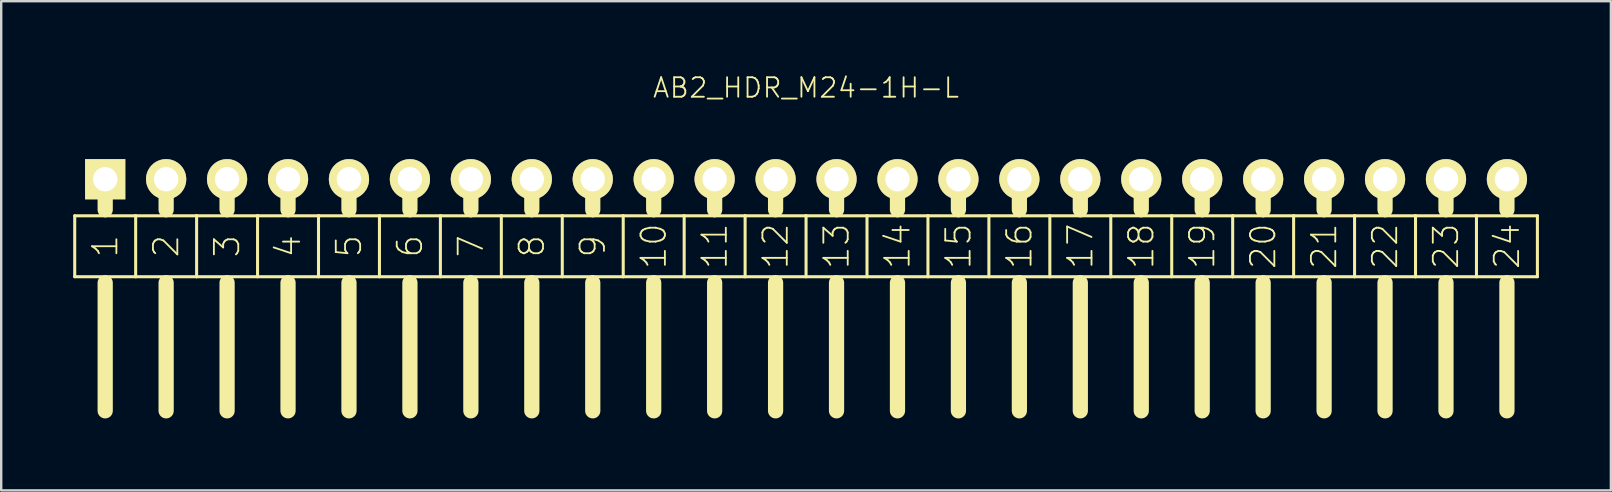
<source format=kicad_pcb>
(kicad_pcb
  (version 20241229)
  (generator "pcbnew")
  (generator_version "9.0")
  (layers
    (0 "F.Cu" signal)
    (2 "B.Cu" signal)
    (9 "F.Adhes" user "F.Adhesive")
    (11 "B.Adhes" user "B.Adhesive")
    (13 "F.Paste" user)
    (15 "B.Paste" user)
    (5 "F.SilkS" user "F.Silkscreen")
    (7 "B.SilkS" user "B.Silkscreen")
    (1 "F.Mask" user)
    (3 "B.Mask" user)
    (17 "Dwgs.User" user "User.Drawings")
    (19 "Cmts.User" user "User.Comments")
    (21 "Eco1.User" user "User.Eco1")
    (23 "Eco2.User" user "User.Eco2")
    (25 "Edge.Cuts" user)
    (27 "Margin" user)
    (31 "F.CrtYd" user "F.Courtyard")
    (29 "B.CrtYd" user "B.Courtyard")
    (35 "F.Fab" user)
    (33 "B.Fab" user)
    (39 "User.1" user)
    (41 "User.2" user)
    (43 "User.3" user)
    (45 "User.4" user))
  (footprint "AB2_HDR_M24-1H-L"
    (layer "F.Cu")
    (at 30.544 4.419)
    (property "Reference" "AB2_HDR_M24-1H-L" (at 0 -3.81 0) (layer "F.SilkS") (effects (font (size 0.813 0.813) (thickness 0.076))))
    (attr through_hole)
    (fp_line (start -30.48 1.524) (end -30.48 4.064) (stroke (width 0.127) (type solid)) (layer "F.SilkS"))
    (fp_line (start -30.48 4.064) (end -29.21 4.064) (stroke (width 0.127) (type solid)) (layer "F.SilkS"))
    (fp_line (start -29.21 0) (end -29.21 1.27) (stroke (width 0.635) (type solid)) (layer "F.SilkS"))
    (fp_line (start -29.21 1.524) (end -30.48 1.524) (stroke (width 0.127) (type solid)) (layer "F.SilkS"))
    (fp_line (start -29.21 4.064) (end -27.94 4.064) (stroke (width 0.127) (type solid)) (layer "F.SilkS"))
    (fp_line (start -29.21 4.318) (end -29.21 9.652) (stroke (width 0.635) (type solid)) (layer "F.SilkS"))
    (fp_line (start -27.94 1.524) (end -29.21 1.524) (stroke (width 0.127) (type solid)) (layer "F.SilkS"))
    (fp_line (start -27.94 4.064) (end -27.94 1.524) (stroke (width 0.127) (type solid)) (layer "F.SilkS"))
    (fp_line (start -27.94 4.064) (end -26.67 4.064) (stroke (width 0.127) (type solid)) (layer "F.SilkS"))
    (fp_line (start -26.67 0) (end -26.67 1.27) (stroke (width 0.635) (type solid)) (layer "F.SilkS"))
    (fp_line (start -26.67 1.524) (end -27.94 1.524) (stroke (width 0.127) (type solid)) (layer "F.SilkS"))
    (fp_line (start -26.67 4.064) (end -25.4 4.064) (stroke (width 0.127) (type solid)) (layer "F.SilkS"))
    (fp_line (start -26.67 4.318) (end -26.67 9.652) (stroke (width 0.635) (type solid)) (layer "F.SilkS"))
    (fp_line (start -25.4 1.524) (end -26.67 1.524) (stroke (width 0.127) (type solid)) (layer "F.SilkS"))
    (fp_line (start -25.4 4.064) (end -25.4 1.524) (stroke (width 0.127) (type solid)) (layer "F.SilkS"))
    (fp_line (start -25.4 4.064) (end -24.13 4.064) (stroke (width 0.127) (type solid)) (layer "F.SilkS"))
    (fp_line (start -24.13 0) (end -24.13 1.27) (stroke (width 0.635) (type solid)) (layer "F.SilkS"))
    (fp_line (start -24.13 1.524) (end -25.4 1.524) (stroke (width 0.127) (type solid)) (layer "F.SilkS"))
    (fp_line (start -24.13 4.064) (end -22.86 4.064) (stroke (width 0.127) (type solid)) (layer "F.SilkS"))
    (fp_line (start -24.13 4.318) (end -24.13 9.652) (stroke (width 0.635) (type solid)) (layer "F.SilkS"))
    (fp_line (start -22.86 1.524) (end -24.13 1.524) (stroke (width 0.127) (type solid)) (layer "F.SilkS"))
    (fp_line (start -22.86 4.064) (end -22.86 1.524) (stroke (width 0.127) (type solid)) (layer "F.SilkS"))
    (fp_line (start -22.86 4.064) (end -21.59 4.064) (stroke (width 0.127) (type solid)) (layer "F.SilkS"))
    (fp_line (start -21.59 0) (end -21.59 1.27) (stroke (width 0.635) (type solid)) (layer "F.SilkS"))
    (fp_line (start -21.59 1.524) (end -22.86 1.524) (stroke (width 0.127) (type solid)) (layer "F.SilkS"))
    (fp_line (start -21.59 4.064) (end -20.32 4.064) (stroke (width 0.127) (type solid)) (layer "F.SilkS"))
    (fp_line (start -21.59 4.318) (end -21.59 9.652) (stroke (width 0.635) (type solid)) (layer "F.SilkS"))
    (fp_line (start -20.32 1.524) (end -21.59 1.524) (stroke (width 0.127) (type solid)) (layer "F.SilkS"))
    (fp_line (start -20.32 4.064) (end -20.32 1.524) (stroke (width 0.127) (type solid)) (layer "F.SilkS"))
    (fp_line (start -20.32 4.064) (end -19.05 4.064) (stroke (width 0.127) (type solid)) (layer "F.SilkS"))
    (fp_line (start -19.05 0) (end -19.05 1.27) (stroke (width 0.635) (type solid)) (layer "F.SilkS"))
    (fp_line (start -19.05 1.524) (end -20.32 1.524) (stroke (width 0.127) (type solid)) (layer "F.SilkS"))
    (fp_line (start -19.05 4.064) (end -17.78 4.064) (stroke (width 0.127) (type solid)) (layer "F.SilkS"))
    (fp_line (start -19.05 4.318) (end -19.05 9.652) (stroke (width 0.635) (type solid)) (layer "F.SilkS"))
    (fp_line (start -17.78 1.524) (end -19.05 1.524) (stroke (width 0.127) (type solid)) (layer "F.SilkS"))
    (fp_line (start -17.78 4.064) (end -17.78 1.524) (stroke (width 0.127) (type solid)) (layer "F.SilkS"))
    (fp_line (start -17.78 4.064) (end -16.51 4.064) (stroke (width 0.127) (type solid)) (layer "F.SilkS"))
    (fp_line (start -16.51 0) (end -16.51 1.27) (stroke (width 0.635) (type solid)) (layer "F.SilkS"))
    (fp_line (start -16.51 1.524) (end -17.78 1.524) (stroke (width 0.127) (type solid)) (layer "F.SilkS"))
    (fp_line (start -16.51 4.064) (end -15.24 4.064) (stroke (width 0.127) (type solid)) (layer "F.SilkS"))
    (fp_line (start -16.51 4.318) (end -16.51 9.652) (stroke (width 0.635) (type solid)) (layer "F.SilkS"))
    (fp_line (start -15.24 1.524) (end -16.51 1.524) (stroke (width 0.127) (type solid)) (layer "F.SilkS"))
    (fp_line (start -15.24 4.064) (end -15.24 1.524) (stroke (width 0.127) (type solid)) (layer "F.SilkS"))
    (fp_line (start -15.24 4.064) (end -13.97 4.064) (stroke (width 0.127) (type solid)) (layer "F.SilkS"))
    (fp_line (start -13.97 0) (end -13.97 1.27) (stroke (width 0.635) (type solid)) (layer "F.SilkS"))
    (fp_line (start -13.97 1.524) (end -15.24 1.524) (stroke (width 0.127) (type solid)) (layer "F.SilkS"))
    (fp_line (start -13.97 4.064) (end -12.7 4.064) (stroke (width 0.127) (type solid)) (layer "F.SilkS"))
    (fp_line (start -13.97 4.318) (end -13.97 9.652) (stroke (width 0.635) (type solid)) (layer "F.SilkS"))
    (fp_line (start -12.7 1.524) (end -13.97 1.524) (stroke (width 0.127) (type solid)) (layer "F.SilkS"))
    (fp_line (start -12.7 4.064) (end -12.7 1.524) (stroke (width 0.127) (type solid)) (layer "F.SilkS"))
    (fp_line (start -12.7 4.064) (end -11.43 4.064) (stroke (width 0.127) (type solid)) (layer "F.SilkS"))
    (fp_line (start -11.43 0) (end -11.43 1.27) (stroke (width 0.635) (type solid)) (layer "F.SilkS"))
    (fp_line (start -11.43 1.524) (end -12.7 1.524) (stroke (width 0.127) (type solid)) (layer "F.SilkS"))
    (fp_line (start -11.43 4.064) (end -10.16 4.064) (stroke (width 0.127) (type solid)) (layer "F.SilkS"))
    (fp_line (start -11.43 4.318) (end -11.43 9.652) (stroke (width 0.635) (type solid)) (layer "F.SilkS"))
    (fp_line (start -10.16 1.524) (end -11.43 1.524) (stroke (width 0.127) (type solid)) (layer "F.SilkS"))
    (fp_line (start -10.16 4.064) (end -10.16 1.524) (stroke (width 0.127) (type solid)) (layer "F.SilkS"))
    (fp_line (start -10.16 4.064) (end -8.89 4.064) (stroke (width 0.127) (type solid)) (layer "F.SilkS"))
    (fp_line (start -8.89 0) (end -8.89 1.27) (stroke (width 0.635) (type solid)) (layer "F.SilkS"))
    (fp_line (start -8.89 1.524) (end -10.16 1.524) (stroke (width 0.127) (type solid)) (layer "F.SilkS"))
    (fp_line (start -8.89 4.064) (end -7.62 4.064) (stroke (width 0.127) (type solid)) (layer "F.SilkS"))
    (fp_line (start -8.89 4.318) (end -8.89 9.652) (stroke (width 0.635) (type solid)) (layer "F.SilkS"))
    (fp_line (start -7.62 1.524) (end -8.89 1.524) (stroke (width 0.127) (type solid)) (layer "F.SilkS"))
    (fp_line (start -7.62 4.064) (end -7.62 1.524) (stroke (width 0.127) (type solid)) (layer "F.SilkS"))
    (fp_line (start -7.62 4.064) (end -6.35 4.064) (stroke (width 0.127) (type solid)) (layer "F.SilkS"))
    (fp_line (start -6.35 0) (end -6.35 1.27) (stroke (width 0.635) (type solid)) (layer "F.SilkS"))
    (fp_line (start -6.35 1.524) (end -7.62 1.524) (stroke (width 0.127) (type solid)) (layer "F.SilkS"))
    (fp_line (start -6.35 4.064) (end -5.08 4.064) (stroke (width 0.127) (type solid)) (layer "F.SilkS"))
    (fp_line (start -6.35 4.318) (end -6.35 9.652) (stroke (width 0.635) (type solid)) (layer "F.SilkS"))
    (fp_line (start -5.08 1.524) (end -6.35 1.524) (stroke (width 0.127) (type solid)) (layer "F.SilkS"))
    (fp_line (start -5.08 4.064) (end -5.08 1.524) (stroke (width 0.127) (type solid)) (layer "F.SilkS"))
    (fp_line (start -5.08 4.064) (end -3.81 4.064) (stroke (width 0.127) (type solid)) (layer "F.SilkS"))
    (fp_line (start -3.81 0) (end -3.81 1.27) (stroke (width 0.635) (type solid)) (layer "F.SilkS"))
    (fp_line (start -3.81 1.524) (end -5.08 1.524) (stroke (width 0.127) (type solid)) (layer "F.SilkS"))
    (fp_line (start -3.81 4.064) (end -2.54 4.064) (stroke (width 0.127) (type solid)) (layer "F.SilkS"))
    (fp_line (start -3.81 4.318) (end -3.81 9.652) (stroke (width 0.635) (type solid)) (layer "F.SilkS"))
    (fp_line (start -2.54 1.524) (end -3.81 1.524) (stroke (width 0.127) (type solid)) (layer "F.SilkS"))
    (fp_line (start -2.54 4.064) (end -2.54 1.524) (stroke (width 0.127) (type solid)) (layer "F.SilkS"))
    (fp_line (start -2.54 4.064) (end -1.27 4.064) (stroke (width 0.127) (type solid)) (layer "F.SilkS"))
    (fp_line (start -1.27 0) (end -1.27 1.27) (stroke (width 0.635) (type solid)) (layer "F.SilkS"))
    (fp_line (start -1.27 1.524) (end -2.54 1.524) (stroke (width 0.127) (type solid)) (layer "F.SilkS"))
    (fp_line (start -1.27 4.064) (end 0 4.064) (stroke (width 0.127) (type solid)) (layer "F.SilkS"))
    (fp_line (start -1.27 4.318) (end -1.27 9.652) (stroke (width 0.635) (type solid)) (layer "F.SilkS"))
    (fp_line (start 0 1.524) (end -1.27 1.524) (stroke (width 0.127) (type solid)) (layer "F.SilkS"))
    (fp_line (start 0 4.064) (end 0 1.524) (stroke (width 0.127) (type solid)) (layer "F.SilkS"))
    (fp_line (start 0 4.064) (end 1.27 4.064) (stroke (width 0.127) (type solid)) (layer "F.SilkS"))
    (fp_line (start 1.27 0) (end 1.27 1.27) (stroke (width 0.635) (type solid)) (layer "F.SilkS"))
    (fp_line (start 1.27 1.524) (end 0 1.524) (stroke (width 0.127) (type solid)) (layer "F.SilkS"))
    (fp_line (start 1.27 4.064) (end 2.54 4.064) (stroke (width 0.127) (type solid)) (layer "F.SilkS"))
    (fp_line (start 1.27 4.318) (end 1.27 9.652) (stroke (width 0.635) (type solid)) (layer "F.SilkS"))
    (fp_line (start 2.54 1.524) (end 1.27 1.524) (stroke (width 0.127) (type solid)) (layer "F.SilkS"))
    (fp_line (start 2.54 4.064) (end 2.54 1.524) (stroke (width 0.127) (type solid)) (layer "F.SilkS"))
    (fp_line (start 2.54 4.064) (end 3.81 4.064) (stroke (width 0.127) (type solid)) (layer "F.SilkS"))
    (fp_line (start 3.81 0) (end 3.81 1.27) (stroke (width 0.635) (type solid)) (layer "F.SilkS"))
    (fp_line (start 3.81 1.524) (end 2.54 1.524) (stroke (width 0.127) (type solid)) (layer "F.SilkS"))
    (fp_line (start 3.81 4.064) (end 5.08 4.064) (stroke (width 0.127) (type solid)) (layer "F.SilkS"))
    (fp_line (start 3.81 4.318) (end 3.81 9.652) (stroke (width 0.635) (type solid)) (layer "F.SilkS"))
    (fp_line (start 5.08 1.524) (end 3.81 1.524) (stroke (width 0.127) (type solid)) (layer "F.SilkS"))
    (fp_line (start 5.08 4.064) (end 5.08 1.524) (stroke (width 0.127) (type solid)) (layer "F.SilkS"))
    (fp_line (start 5.08 4.064) (end 6.35 4.064) (stroke (width 0.127) (type solid)) (layer "F.SilkS"))
    (fp_line (start 6.35 0) (end 6.35 1.27) (stroke (width 0.635) (type solid)) (layer "F.SilkS"))
    (fp_line (start 6.35 1.524) (end 5.08 1.524) (stroke (width 0.127) (type solid)) (layer "F.SilkS"))
    (fp_line (start 6.35 4.064) (end 7.62 4.064) (stroke (width 0.127) (type solid)) (layer "F.SilkS"))
    (fp_line (start 6.35 4.318) (end 6.35 9.652) (stroke (width 0.635) (type solid)) (layer "F.SilkS"))
    (fp_line (start 7.62 1.524) (end 6.35 1.524) (stroke (width 0.127) (type solid)) (layer "F.SilkS"))
    (fp_line (start 7.62 4.064) (end 7.62 1.524) (stroke (width 0.127) (type solid)) (layer "F.SilkS"))
    (fp_line (start 7.62 4.064) (end 8.89 4.064) (stroke (width 0.127) (type solid)) (layer "F.SilkS"))
    (fp_line (start 8.89 0) (end 8.89 1.27) (stroke (width 0.635) (type solid)) (layer "F.SilkS"))
    (fp_line (start 8.89 1.524) (end 7.62 1.524) (stroke (width 0.127) (type solid)) (layer "F.SilkS"))
    (fp_line (start 8.89 4.064) (end 10.16 4.064) (stroke (width 0.127) (type solid)) (layer "F.SilkS"))
    (fp_line (start 8.89 4.318) (end 8.89 9.652) (stroke (width 0.635) (type solid)) (layer "F.SilkS"))
    (fp_line (start 10.16 1.524) (end 8.89 1.524) (stroke (width 0.127) (type solid)) (layer "F.SilkS"))
    (fp_line (start 10.16 4.064) (end 10.16 1.524) (stroke (width 0.127) (type solid)) (layer "F.SilkS"))
    (fp_line (start 10.16 4.064) (end 11.43 4.064) (stroke (width 0.127) (type solid)) (layer "F.SilkS"))
    (fp_line (start 11.43 0) (end 11.43 1.27) (stroke (width 0.635) (type solid)) (layer "F.SilkS"))
    (fp_line (start 11.43 1.524) (end 10.16 1.524) (stroke (width 0.127) (type solid)) (layer "F.SilkS"))
    (fp_line (start 11.43 4.064) (end 12.7 4.064) (stroke (width 0.127) (type solid)) (layer "F.SilkS"))
    (fp_line (start 11.43 4.318) (end 11.43 9.652) (stroke (width 0.635) (type solid)) (layer "F.SilkS"))
    (fp_line (start 12.7 1.524) (end 11.43 1.524) (stroke (width 0.127) (type solid)) (layer "F.SilkS"))
    (fp_line (start 12.7 4.064) (end 12.7 1.524) (stroke (width 0.127) (type solid)) (layer "F.SilkS"))
    (fp_line (start 12.7 4.064) (end 13.97 4.064) (stroke (width 0.127) (type solid)) (layer "F.SilkS"))
    (fp_line (start 13.97 0) (end 13.97 1.27) (stroke (width 0.635) (type solid)) (layer "F.SilkS"))
    (fp_line (start 13.97 1.524) (end 12.7 1.524) (stroke (width 0.127) (type solid)) (layer "F.SilkS"))
    (fp_line (start 13.97 4.064) (end 15.24 4.064) (stroke (width 0.127) (type solid)) (layer "F.SilkS"))
    (fp_line (start 13.97 4.318) (end 13.97 9.652) (stroke (width 0.635) (type solid)) (layer "F.SilkS"))
    (fp_line (start 15.24 1.524) (end 13.97 1.524) (stroke (width 0.127) (type solid)) (layer "F.SilkS"))
    (fp_line (start 15.24 4.064) (end 15.24 1.524) (stroke (width 0.127) (type solid)) (layer "F.SilkS"))
    (fp_line (start 15.24 4.064) (end 16.51 4.064) (stroke (width 0.127) (type solid)) (layer "F.SilkS"))
    (fp_line (start 16.51 0) (end 16.51 1.27) (stroke (width 0.635) (type solid)) (layer "F.SilkS"))
    (fp_line (start 16.51 1.524) (end 15.24 1.524) (stroke (width 0.127) (type solid)) (layer "F.SilkS"))
    (fp_line (start 16.51 4.064) (end 17.78 4.064) (stroke (width 0.127) (type solid)) (layer "F.SilkS"))
    (fp_line (start 16.51 4.318) (end 16.51 9.652) (stroke (width 0.635) (type solid)) (layer "F.SilkS"))
    (fp_line (start 17.78 1.524) (end 16.51 1.524) (stroke (width 0.127) (type solid)) (layer "F.SilkS"))
    (fp_line (start 17.78 4.064) (end 17.78 1.524) (stroke (width 0.127) (type solid)) (layer "F.SilkS"))
    (fp_line (start 17.78 4.064) (end 19.05 4.064) (stroke (width 0.127) (type solid)) (layer "F.SilkS"))
    (fp_line (start 19.05 0) (end 19.05 1.27) (stroke (width 0.635) (type solid)) (layer "F.SilkS"))
    (fp_line (start 19.05 1.524) (end 17.78 1.524) (stroke (width 0.127) (type solid)) (layer "F.SilkS"))
    (fp_line (start 19.05 4.064) (end 20.32 4.064) (stroke (width 0.127) (type solid)) (layer "F.SilkS"))
    (fp_line (start 19.05 4.318) (end 19.05 9.652) (stroke (width 0.635) (type solid)) (layer "F.SilkS"))
    (fp_line (start 20.32 1.524) (end 19.05 1.524) (stroke (width 0.127) (type solid)) (layer "F.SilkS"))
    (fp_line (start 20.32 4.064) (end 20.32 1.524) (stroke (width 0.127) (type solid)) (layer "F.SilkS"))
    (fp_line (start 20.32 4.064) (end 21.59 4.064) (stroke (width 0.127) (type solid)) (layer "F.SilkS"))
    (fp_line (start 21.59 0) (end 21.59 1.27) (stroke (width 0.635) (type solid)) (layer "F.SilkS"))
    (fp_line (start 21.59 1.524) (end 20.32 1.524) (stroke (width 0.127) (type solid)) (layer "F.SilkS"))
    (fp_line (start 21.59 4.064) (end 22.86 4.064) (stroke (width 0.127) (type solid)) (layer "F.SilkS"))
    (fp_line (start 21.59 4.318) (end 21.59 9.652) (stroke (width 0.635) (type solid)) (layer "F.SilkS"))
    (fp_line (start 22.86 1.524) (end 21.59 1.524) (stroke (width 0.127) (type solid)) (layer "F.SilkS"))
    (fp_line (start 22.86 4.064) (end 22.86 1.524) (stroke (width 0.127) (type solid)) (layer "F.SilkS"))
    (fp_line (start 22.86 4.064) (end 24.13 4.064) (stroke (width 0.127) (type solid)) (layer "F.SilkS"))
    (fp_line (start 24.13 0) (end 24.13 1.27) (stroke (width 0.635) (type solid)) (layer "F.SilkS"))
    (fp_line (start 24.13 1.524) (end 22.86 1.524) (stroke (width 0.127) (type solid)) (layer "F.SilkS"))
    (fp_line (start 24.13 4.064) (end 25.4 4.064) (stroke (width 0.127) (type solid)) (layer "F.SilkS"))
    (fp_line (start 24.13 4.318) (end 24.13 9.652) (stroke (width 0.635) (type solid)) (layer "F.SilkS"))
    (fp_line (start 25.4 1.524) (end 24.13 1.524) (stroke (width 0.127) (type solid)) (layer "F.SilkS"))
    (fp_line (start 25.4 4.064) (end 25.4 1.524) (stroke (width 0.127) (type solid)) (layer "F.SilkS"))
    (fp_line (start 25.4 4.064) (end 26.67 4.064) (stroke (width 0.127) (type solid)) (layer "F.SilkS"))
    (fp_line (start 26.67 0) (end 26.67 1.27) (stroke (width 0.635) (type solid)) (layer "F.SilkS"))
    (fp_line (start 26.67 1.524) (end 25.4 1.524) (stroke (width 0.127) (type solid)) (layer "F.SilkS"))
    (fp_line (start 26.67 4.064) (end 27.94 4.064) (stroke (width 0.127) (type solid)) (layer "F.SilkS"))
    (fp_line (start 26.67 4.318) (end 26.67 9.652) (stroke (width 0.635) (type solid)) (layer "F.SilkS"))
    (fp_line (start 27.94 1.524) (end 26.67 1.524) (stroke (width 0.127) (type solid)) (layer "F.SilkS"))
    (fp_line (start 27.94 4.064) (end 27.94 1.524) (stroke (width 0.127) (type solid)) (layer "F.SilkS"))
    (fp_line (start 27.94 4.064) (end 29.21 4.064) (stroke (width 0.127) (type solid)) (layer "F.SilkS"))
    (fp_line (start 29.21 0) (end 29.21 1.27) (stroke (width 0.635) (type solid)) (layer "F.SilkS"))
    (fp_line (start 29.21 1.524) (end 27.94 1.524) (stroke (width 0.127) (type solid)) (layer "F.SilkS"))
    (fp_line (start 29.21 4.064) (end 30.48 4.064) (stroke (width 0.127) (type solid)) (layer "F.SilkS"))
    (fp_line (start 29.21 4.318) (end 29.21 9.652) (stroke (width 0.635) (type solid)) (layer "F.SilkS"))
    (fp_line (start 30.48 1.524) (end 29.21 1.524) (stroke (width 0.127) (type solid)) (layer "F.SilkS"))
    (fp_line (start 30.48 4.064) (end 30.48 1.524) (stroke (width 0.127) (type solid)) (layer "F.SilkS"))
    (fp_text user "10" (at -6.35 2.794 90) (layer "F.SilkS") (effects (font (size 1.016 1.016) (thickness 0.076))))
    (fp_text user "19" (at 16.51 2.794 90) (layer "F.SilkS") (effects (font (size 1.016 1.016) (thickness 0.076))))
    (fp_text user "3" (at -24.13 2.794 90) (layer "F.SilkS") (effects (font (size 1.016 1.016) (thickness 0.076))))
    (fp_text user "7" (at -13.97 2.794 90) (layer "F.SilkS") (effects (font (size 1.016 1.016) (thickness 0.076))))
    (fp_text user "20" (at 19.05 2.794 90) (layer "F.SilkS") (effects (font (size 1.016 1.016) (thickness 0.076))))
    (fp_text user "2" (at -26.67 2.794 90) (layer "F.SilkS") (effects (font (size 1.016 1.016) (thickness 0.076))))
    (fp_text user "6" (at -16.51 2.794 90) (layer "F.SilkS") (effects (font (size 1.016 1.016) (thickness 0.076))))
    (fp_text user "16" (at 8.89 2.794 90) (layer "F.SilkS") (effects (font (size 1.016 1.016) (thickness 0.076))))
    (fp_text user "5" (at -19.05 2.794 90) (layer "F.SilkS") (effects (font (size 1.016 1.016) (thickness 0.076))))
    (fp_text user "15" (at 6.35 2.794 90) (layer "F.SilkS") (effects (font (size 1.016 1.016) (thickness 0.076))))
    (fp_text user "23" (at 26.67 2.794 90) (layer "F.SilkS") (effects (font (size 1.016 1.016) (thickness 0.076))))
    (fp_text user "18" (at 13.97 2.794 90) (layer "F.SilkS") (effects (font (size 1.016 1.016) (thickness 0.076))))
    (fp_text user "12" (at -1.27 2.794 90) (layer "F.SilkS") (effects (font (size 1.016 1.016) (thickness 0.076))))
    (fp_text user "9" (at -8.89 2.794 90) (layer "F.SilkS") (effects (font (size 1.016 1.016) (thickness 0.076))))
    (fp_text user "17" (at 11.43 2.794 90) (layer "F.SilkS") (effects (font (size 1.016 1.016) (thickness 0.076))))
    (fp_text user "13" (at 1.27 2.794 90) (layer "F.SilkS") (effects (font (size 1.016 1.016) (thickness 0.076))))
    (fp_text user "21" (at 21.59 2.794 90) (layer "F.SilkS") (effects (font (size 1.016 1.016) (thickness 0.076))))
    (fp_text user "24" (at 29.21 2.794 90) (layer "F.SilkS") (effects (font (size 1.016 1.016) (thickness 0.076))))
    (fp_text user "14" (at 3.81 2.794 90) (layer "F.SilkS") (effects (font (size 1.016 1.016) (thickness 0.076))))
    (fp_text user "8" (at -11.43 2.794 90) (layer "F.SilkS") (effects (font (size 1.016 1.016) (thickness 0.076))))
    (fp_text user "11" (at -3.81 2.794 90) (layer "F.SilkS") (effects (font (size 1.016 1.016) (thickness 0.076))))
    (fp_text user "1" (at -29.21 2.794 90) (layer "F.SilkS") (effects (font (size 1.016 1.016) (thickness 0.076))))
    (fp_text user "4" (at -21.59 2.794 90) (layer "F.SilkS") (effects (font (size 1.016 1.016) (thickness 0.076))))
    (fp_text user "22" (at 24.13 2.794 90) (layer "F.SilkS") (effects (font (size 1.016 1.016) (thickness 0.076))))
    (pad "1" thru_hole rect (at -29.21 0) (size 1.676 1.676) (drill 1.016) (layers "*.Cu" "*.Mask" "F.SilkS"))
    (pad "2" thru_hole circle (at -26.67 0) (size 1.676 1.676) (drill 1.016) (layers "*.Cu" "*.Mask" "F.SilkS"))
    (pad "3" thru_hole circle (at -24.13 0) (size 1.676 1.676) (drill 1.016) (layers "*.Cu" "*.Mask" "F.SilkS"))
    (pad "4" thru_hole circle (at -21.59 0) (size 1.676 1.676) (drill 1.016) (layers "*.Cu" "*.Mask" "F.SilkS"))
    (pad "5" thru_hole circle (at -19.05 0) (size 1.676 1.676) (drill 1.016) (layers "*.Cu" "*.Mask" "F.SilkS"))
    (pad "6" thru_hole circle (at -16.51 0) (size 1.676 1.676) (drill 1.016) (layers "*.Cu" "*.Mask" "F.SilkS"))
    (pad "7" thru_hole circle (at -13.97 0) (size 1.676 1.676) (drill 1.016) (layers "*.Cu" "*.Mask" "F.SilkS"))
    (pad "8" thru_hole circle (at -11.43 0) (size 1.676 1.676) (drill 1.016) (layers "*.Cu" "*.Mask" "F.SilkS"))
    (pad "9" thru_hole circle (at -8.89 0) (size 1.676 1.676) (drill 1.016) (layers "*.Cu" "*.Mask" "F.SilkS"))
    (pad "10" thru_hole circle (at -6.35 0) (size 1.676 1.676) (drill 1.016) (layers "*.Cu" "*.Mask" "F.SilkS"))
    (pad "11" thru_hole circle (at -3.81 0) (size 1.676 1.676) (drill 1.016) (layers "*.Cu" "*.Mask" "F.SilkS"))
    (pad "12" thru_hole circle (at -1.27 0) (size 1.676 1.676) (drill 1.016) (layers "*.Cu" "*.Mask" "F.SilkS"))
    (pad "13" thru_hole circle (at 1.27 0) (size 1.676 1.676) (drill 1.016) (layers "*.Cu" "*.Mask" "F.SilkS"))
    (pad "14" thru_hole circle (at 3.81 0) (size 1.676 1.676) (drill 1.016) (layers "*.Cu" "*.Mask" "F.SilkS"))
    (pad "15" thru_hole circle (at 6.35 0) (size 1.676 1.676) (drill 1.016) (layers "*.Cu" "*.Mask" "F.SilkS"))
    (pad "16" thru_hole circle (at 8.89 0) (size 1.676 1.676) (drill 1.016) (layers "*.Cu" "*.Mask" "F.SilkS"))
    (pad "17" thru_hole circle (at 11.43 0) (size 1.676 1.676) (drill 1.016) (layers "*.Cu" "*.Mask" "F.SilkS"))
    (pad "18" thru_hole circle (at 13.97 0) (size 1.676 1.676) (drill 1.016) (layers "*.Cu" "*.Mask" "F.SilkS"))
    (pad "19" thru_hole circle (at 16.51 0) (size 1.676 1.676) (drill 1.016) (layers "*.Cu" "*.Mask" "F.SilkS"))
    (pad "20" thru_hole circle (at 19.05 0) (size 1.676 1.676) (drill 1.016) (layers "*.Cu" "*.Mask" "F.SilkS"))
    (pad "21" thru_hole circle (at 21.59 0) (size 1.676 1.676) (drill 1.016) (layers "*.Cu" "*.Mask" "F.SilkS"))
    (pad "22" thru_hole circle (at 24.13 0) (size 1.676 1.676) (drill 1.016) (layers "*.Cu" "*.Mask" "F.SilkS"))
    (pad "23" thru_hole circle (at 26.67 0) (size 1.676 1.676) (drill 1.016) (layers "*.Cu" "*.Mask" "F.SilkS"))
    (pad "24" thru_hole circle (at 29.21 0) (size 1.676 1.676) (drill 1.016) (layers "*.Cu" "*.Mask" "F.SilkS")))
  (gr_rect
    (start -3 -3)
    (end 64.087 17.389)
    (stroke (width 0.1) (type default))
    (fill no)
    (layer "Edge.Cuts")))
</source>
